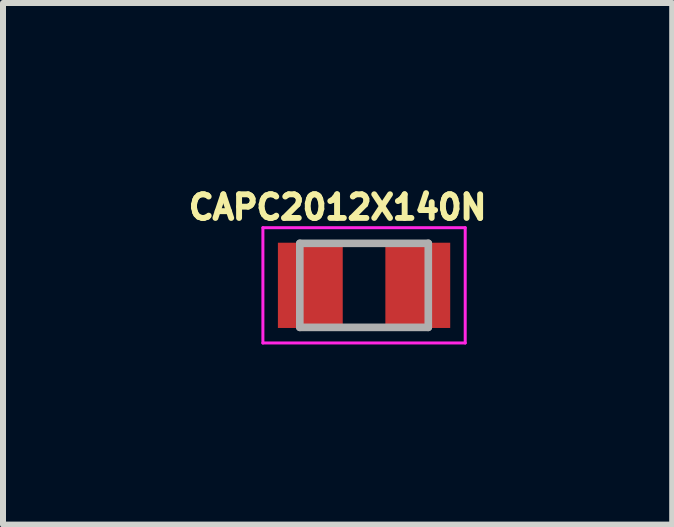
<source format=kicad_pcb>
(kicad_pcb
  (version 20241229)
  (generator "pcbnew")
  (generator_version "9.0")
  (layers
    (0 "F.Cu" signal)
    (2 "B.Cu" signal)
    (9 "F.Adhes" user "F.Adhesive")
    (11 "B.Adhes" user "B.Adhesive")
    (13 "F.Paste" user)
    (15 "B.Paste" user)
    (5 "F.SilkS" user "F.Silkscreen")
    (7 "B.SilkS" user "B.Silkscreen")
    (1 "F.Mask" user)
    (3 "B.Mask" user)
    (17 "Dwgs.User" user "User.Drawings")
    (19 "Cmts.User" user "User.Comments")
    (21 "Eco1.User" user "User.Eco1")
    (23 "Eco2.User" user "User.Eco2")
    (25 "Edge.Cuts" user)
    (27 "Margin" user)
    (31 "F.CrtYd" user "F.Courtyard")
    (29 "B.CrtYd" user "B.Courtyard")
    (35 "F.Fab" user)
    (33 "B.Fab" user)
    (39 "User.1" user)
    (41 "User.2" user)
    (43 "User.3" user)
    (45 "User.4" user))
  (footprint "CAPC2012X140N"
    (layer "F.Cu")
    (at 3.014 1.703)
    (property "Reference" "CAPC2012X140N" (at -0.44 -1.3 0) (layer "F.SilkS") (effects (font (size 0.394 0.394) (thickness 0.15))))
    (attr smd)
    (fp_line (start -1.685 -0.96) (end 1.685 -0.96) (stroke (width 0.05) (type solid)) (layer "F.CrtYd"))
    (fp_line (start -1.685 0.96) (end -1.685 -0.96) (stroke (width 0.05) (type solid)) (layer "F.CrtYd"))
    (fp_line (start -1.685 0.96) (end 1.685 0.96) (stroke (width 0.05) (type solid)) (layer "F.CrtYd"))
    (fp_line (start 1.685 0.96) (end 1.685 -0.96) (stroke (width 0.05) (type solid)) (layer "F.CrtYd"))
    (fp_line (start -1.07 0.7) (end -1.07 -0.7) (stroke (width 0.127) (type solid)) (layer "F.Fab"))
    (fp_line (start 1.07 -0.7) (end -1.07 -0.7) (stroke (width 0.127) (type solid)) (layer "F.Fab"))
    (fp_line (start 1.07 0.7) (end -1.07 0.7) (stroke (width 0.127) (type solid)) (layer "F.Fab"))
    (fp_line (start 1.07 0.7) (end 1.07 -0.7) (stroke (width 0.127) (type solid)) (layer "F.Fab"))
    (pad "1" smd rect (at -0.895 0) (size 1.08 1.42) (layers "F.Cu" "F.Mask" "F.Paste"))
    (pad "2" smd rect (at 0.895 0) (size 1.08 1.42) (layers "F.Cu" "F.Mask" "F.Paste")))
  (gr_rect
    (start -3 -3)
    (end 8.147 5.688)
    (stroke (width 0.1) (type default))
    (fill no)
    (layer "Edge.Cuts")))
</source>
